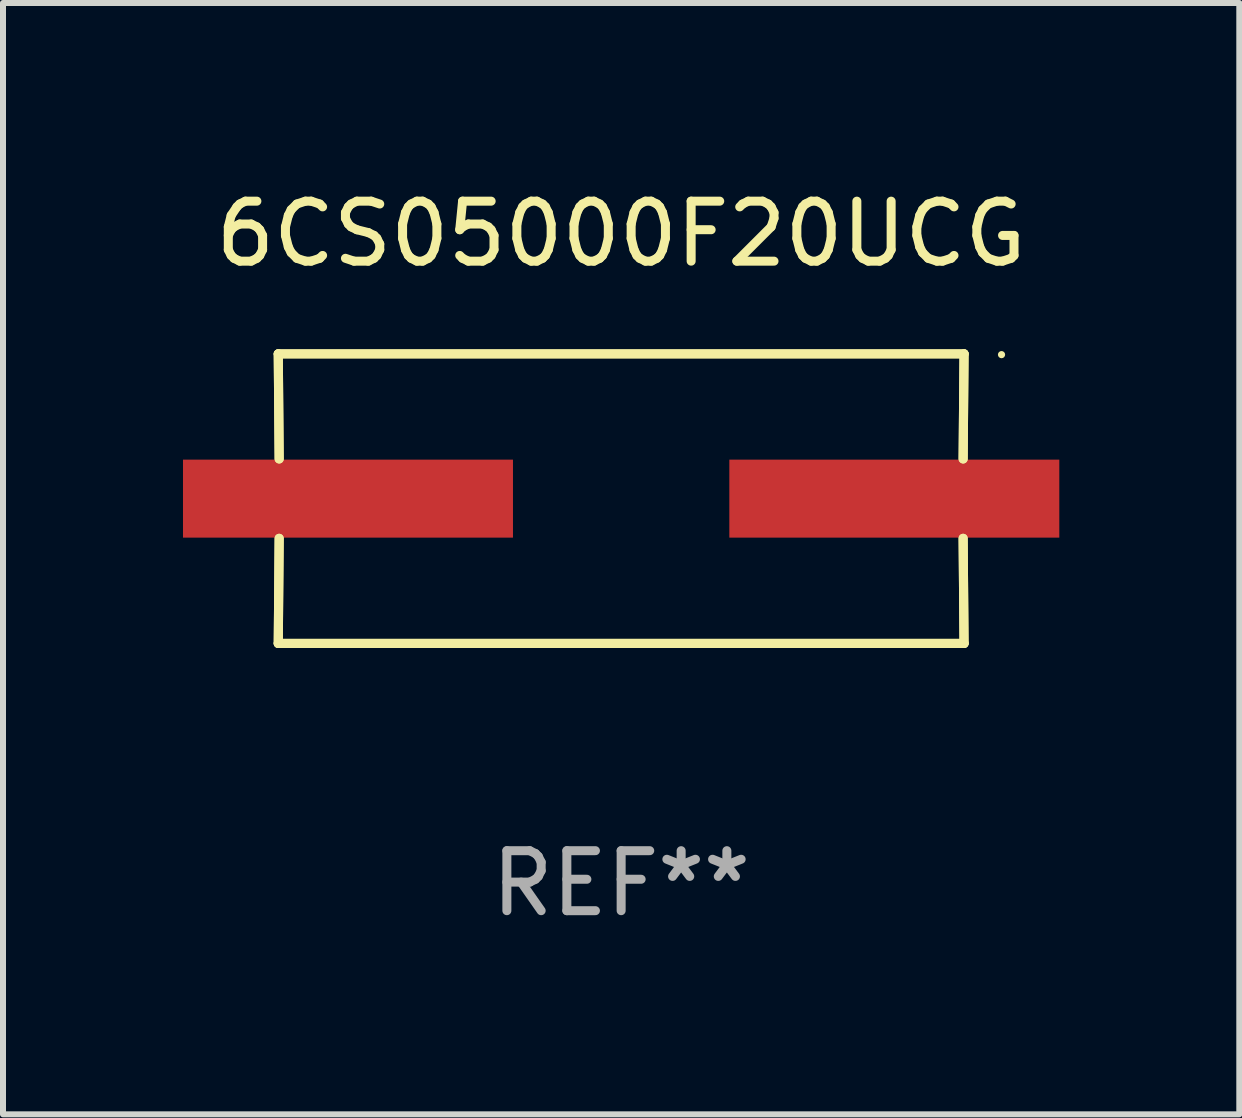
<source format=kicad_pcb>
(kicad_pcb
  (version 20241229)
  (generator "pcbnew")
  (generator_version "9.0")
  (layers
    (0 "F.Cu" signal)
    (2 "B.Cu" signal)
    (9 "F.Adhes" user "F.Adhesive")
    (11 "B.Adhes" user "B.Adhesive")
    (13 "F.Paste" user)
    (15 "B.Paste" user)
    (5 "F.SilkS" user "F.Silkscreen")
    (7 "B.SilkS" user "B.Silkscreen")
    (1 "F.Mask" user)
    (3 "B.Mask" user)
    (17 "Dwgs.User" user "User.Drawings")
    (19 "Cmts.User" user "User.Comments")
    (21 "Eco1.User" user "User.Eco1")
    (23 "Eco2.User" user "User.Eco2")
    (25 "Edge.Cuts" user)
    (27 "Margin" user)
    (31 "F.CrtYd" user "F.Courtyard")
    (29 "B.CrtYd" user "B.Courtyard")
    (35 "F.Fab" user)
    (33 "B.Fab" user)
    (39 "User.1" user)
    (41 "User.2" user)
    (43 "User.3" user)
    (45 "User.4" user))
  (footprint "6CS05000F20UCG"
    (layer "F.Cu")
    (at 7.303 5.261)
    (property "Reference" "6CS05000F20UCG" (at 0 -4.413 0) (layer "F.SilkS") (effects (font (size 1 1) (thickness 0.15))))
    (attr through_hole)
    (fp_line (start -5.715 -2.413) (end -5.7 -0.662) (stroke (width 0.152) (type solid)) (layer "F.SilkS"))
    (fp_line (start -5.715 -2.413) (end -5.7 -0.662) (stroke (width 0.152) (type solid)) (layer "F.SilkS"))
    (fp_line (start -5.715 2.413) (end 5.715 2.413) (stroke (width 0.152) (type solid)) (layer "F.SilkS"))
    (fp_line (start -5.715 2.413) (end 5.715 2.413) (stroke (width 0.152) (type solid)) (layer "F.SilkS"))
    (fp_line (start -5.7 0.662) (end -5.715 2.413) (stroke (width 0.152) (type solid)) (layer "F.SilkS"))
    (fp_line (start -5.7 0.662) (end -5.715 2.413) (stroke (width 0.152) (type solid)) (layer "F.SilkS"))
    (fp_line (start 5.7 -0.662) (end 5.715 -2.413) (stroke (width 0.152) (type solid)) (layer "F.SilkS"))
    (fp_line (start 5.7 -0.662) (end 5.715 -2.413) (stroke (width 0.152) (type solid)) (layer "F.SilkS"))
    (fp_line (start 5.715 -2.413) (end -5.715 -2.413) (stroke (width 0.152) (type solid)) (layer "F.SilkS"))
    (fp_line (start 5.715 -2.413) (end -5.715 -2.413) (stroke (width 0.152) (type solid)) (layer "F.SilkS"))
    (fp_line (start 5.715 2.413) (end 5.7 0.662) (stroke (width 0.152) (type solid)) (layer "F.SilkS"))
    (fp_line (start 5.715 2.413) (end 5.7 0.662) (stroke (width 0.152) (type solid)) (layer "F.SilkS"))
    (fp_circle (center 6.34 -2.4) (end 6.37 -2.4) (stroke (width 0.06) (type solid)) (fill no) (layer "F.SilkS"))
    (fp_text user "REF**" (at 0 6.413 0) (layer "F.Fab") (effects (font (size 1 1) (thickness 0.15))))
    (pad "1" smd rect (at 4.553 0) (size 5.5 1.3) (layers "F.Cu" "F.Mask" "F.Paste"))
    (pad "2" smd rect (at -4.553 0) (size 5.5 1.3) (layers "F.Cu" "F.Mask" "F.Paste")))
  (gr_rect
    (start -3 -3)
    (end 17.606 15.523)
    (stroke (width 0.1) (type default))
    (fill no)
    (layer "Edge.Cuts")))
</source>
